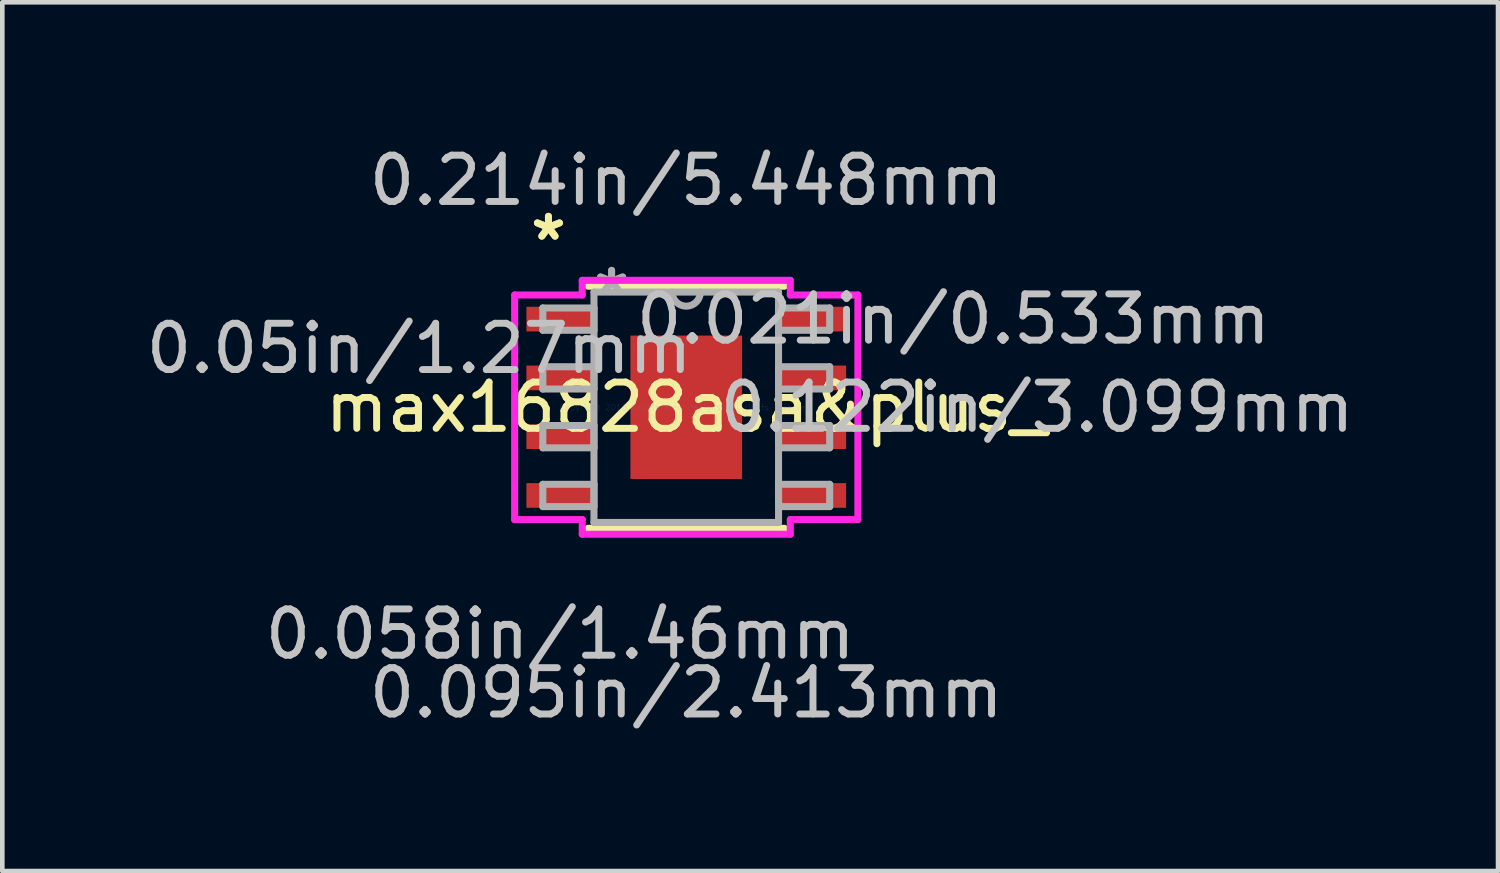
<source format=kicad_pcb>
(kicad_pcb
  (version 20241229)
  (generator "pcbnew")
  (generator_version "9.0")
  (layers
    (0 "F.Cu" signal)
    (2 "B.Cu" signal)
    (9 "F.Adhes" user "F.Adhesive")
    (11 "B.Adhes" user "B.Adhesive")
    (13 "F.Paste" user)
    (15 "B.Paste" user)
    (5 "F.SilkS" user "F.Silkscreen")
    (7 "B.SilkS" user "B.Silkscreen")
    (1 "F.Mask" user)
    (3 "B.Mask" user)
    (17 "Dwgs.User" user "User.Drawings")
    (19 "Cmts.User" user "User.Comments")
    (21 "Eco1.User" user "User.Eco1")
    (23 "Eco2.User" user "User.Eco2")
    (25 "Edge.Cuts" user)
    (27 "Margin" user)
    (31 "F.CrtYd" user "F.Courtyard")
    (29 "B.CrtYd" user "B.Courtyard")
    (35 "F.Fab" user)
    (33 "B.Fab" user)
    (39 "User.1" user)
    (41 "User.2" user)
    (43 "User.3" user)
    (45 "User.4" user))
  (footprint "max16828asa&plus_"
    (layer "F.Cu")
    (at 11.778 5.75)
    (property "Reference" "max16828asa&plus_" (at 0 0 0) (layer "F.SilkS") (effects (font (size 1 1) (thickness 0.15))))
    (attr through_hole)
    (fp_line (start -2.121 2.616) (end 2.121 2.616) (stroke (width 0.152) (type solid)) (layer "F.SilkS"))
    (fp_line (start 2.121 -2.616) (end -2.121 -2.616) (stroke (width 0.152) (type solid)) (layer "F.SilkS"))
    (fp_line (start -1.107 -1.449) (end -1.107 -0.1) (stroke (width 0.152) (type solid)) (layer "F.Paste"))
    (fp_line (start -1.107 -0.1) (end 1.107 -0.1) (stroke (width 0.152) (type solid)) (layer "F.Paste"))
    (fp_line (start -1.107 0.1) (end -1.107 1.449) (stroke (width 0.152) (type solid)) (layer "F.Paste"))
    (fp_line (start -1.107 1.449) (end 1.107 1.449) (stroke (width 0.152) (type solid)) (layer "F.Paste"))
    (fp_line (start 1.107 -1.449) (end -1.107 -1.449) (stroke (width 0.152) (type solid)) (layer "F.Paste"))
    (fp_line (start 1.107 -0.1) (end 1.107 -1.449) (stroke (width 0.152) (type solid)) (layer "F.Paste"))
    (fp_line (start 1.107 0.1) (end -1.107 0.1) (stroke (width 0.152) (type solid)) (layer "F.Paste"))
    (fp_line (start 1.107 1.449) (end 1.107 0.1) (stroke (width 0.152) (type solid)) (layer "F.Paste"))
    (fp_line (start -3.708 -2.426) (end -2.248 -2.426) (stroke (width 0.152) (type solid)) (layer "F.CrtYd"))
    (fp_line (start -3.708 2.426) (end -3.708 -2.426) (stroke (width 0.152) (type solid)) (layer "F.CrtYd"))
    (fp_line (start -2.248 -2.743) (end 2.248 -2.743) (stroke (width 0.152) (type solid)) (layer "F.CrtYd"))
    (fp_line (start -2.248 -2.426) (end -2.248 -2.743) (stroke (width 0.152) (type solid)) (layer "F.CrtYd"))
    (fp_line (start -2.248 2.426) (end -3.708 2.426) (stroke (width 0.152) (type solid)) (layer "F.CrtYd"))
    (fp_line (start -2.248 2.743) (end -2.248 2.426) (stroke (width 0.152) (type solid)) (layer "F.CrtYd"))
    (fp_line (start 2.248 -2.743) (end 2.248 -2.426) (stroke (width 0.152) (type solid)) (layer "F.CrtYd"))
    (fp_line (start 2.248 -2.426) (end 3.708 -2.426) (stroke (width 0.152) (type solid)) (layer "F.CrtYd"))
    (fp_line (start 2.248 2.426) (end 2.248 2.743) (stroke (width 0.152) (type solid)) (layer "F.CrtYd"))
    (fp_line (start 2.248 2.743) (end -2.248 2.743) (stroke (width 0.152) (type solid)) (layer "F.CrtYd"))
    (fp_line (start 3.708 -2.426) (end 3.708 2.426) (stroke (width 0.152) (type solid)) (layer "F.CrtYd"))
    (fp_line (start 3.708 2.426) (end 2.248 2.426) (stroke (width 0.152) (type solid)) (layer "F.CrtYd"))
    (fp_line (start -3.099 -2.146) (end -3.099 -1.664) (stroke (width 0.152) (type solid)) (layer "F.Fab"))
    (fp_line (start -3.099 -1.664) (end -1.994 -1.664) (stroke (width 0.152) (type solid)) (layer "F.Fab"))
    (fp_line (start -3.099 -0.876) (end -3.099 -0.394) (stroke (width 0.152) (type solid)) (layer "F.Fab"))
    (fp_line (start -3.099 -0.394) (end -1.994 -0.394) (stroke (width 0.152) (type solid)) (layer "F.Fab"))
    (fp_line (start -3.099 0.394) (end -3.099 0.876) (stroke (width 0.152) (type solid)) (layer "F.Fab"))
    (fp_line (start -3.099 0.876) (end -1.994 0.876) (stroke (width 0.152) (type solid)) (layer "F.Fab"))
    (fp_line (start -3.099 1.664) (end -3.099 2.146) (stroke (width 0.152) (type solid)) (layer "F.Fab"))
    (fp_line (start -3.099 2.146) (end -1.994 2.146) (stroke (width 0.152) (type solid)) (layer "F.Fab"))
    (fp_line (start -1.994 -2.489) (end -1.994 2.489) (stroke (width 0.152) (type solid)) (layer "F.Fab"))
    (fp_line (start -1.994 -2.146) (end -3.099 -2.146) (stroke (width 0.152) (type solid)) (layer "F.Fab"))
    (fp_line (start -1.994 -1.664) (end -1.994 -2.146) (stroke (width 0.152) (type solid)) (layer "F.Fab"))
    (fp_line (start -1.994 -0.876) (end -3.099 -0.876) (stroke (width 0.152) (type solid)) (layer "F.Fab"))
    (fp_line (start -1.994 -0.394) (end -1.994 -0.876) (stroke (width 0.152) (type solid)) (layer "F.Fab"))
    (fp_line (start -1.994 0.394) (end -3.099 0.394) (stroke (width 0.152) (type solid)) (layer "F.Fab"))
    (fp_line (start -1.994 0.876) (end -1.994 0.394) (stroke (width 0.152) (type solid)) (layer "F.Fab"))
    (fp_line (start -1.994 1.664) (end -3.099 1.664) (stroke (width 0.152) (type solid)) (layer "F.Fab"))
    (fp_line (start -1.994 2.146) (end -1.994 1.664) (stroke (width 0.152) (type solid)) (layer "F.Fab"))
    (fp_line (start -1.994 2.489) (end 1.994 2.489) (stroke (width 0.152) (type solid)) (layer "F.Fab"))
    (fp_line (start 1.994 -2.489) (end -1.994 -2.489) (stroke (width 0.152) (type solid)) (layer "F.Fab"))
    (fp_line (start 1.994 -2.146) (end 1.994 -1.664) (stroke (width 0.152) (type solid)) (layer "F.Fab"))
    (fp_line (start 1.994 -1.664) (end 3.099 -1.664) (stroke (width 0.152) (type solid)) (layer "F.Fab"))
    (fp_line (start 1.994 -0.876) (end 1.994 -0.394) (stroke (width 0.152) (type solid)) (layer "F.Fab"))
    (fp_line (start 1.994 -0.394) (end 3.099 -0.394) (stroke (width 0.152) (type solid)) (layer "F.Fab"))
    (fp_line (start 1.994 0.394) (end 1.994 0.876) (stroke (width 0.152) (type solid)) (layer "F.Fab"))
    (fp_line (start 1.994 0.876) (end 3.099 0.876) (stroke (width 0.152) (type solid)) (layer "F.Fab"))
    (fp_line (start 1.994 1.664) (end 1.994 2.146) (stroke (width 0.152) (type solid)) (layer "F.Fab"))
    (fp_line (start 1.994 2.146) (end 3.099 2.146) (stroke (width 0.152) (type solid)) (layer "F.Fab"))
    (fp_line (start 1.994 2.489) (end 1.994 -2.489) (stroke (width 0.152) (type solid)) (layer "F.Fab"))
    (fp_line (start 3.099 -2.146) (end 1.994 -2.146) (stroke (width 0.152) (type solid)) (layer "F.Fab"))
    (fp_line (start 3.099 -1.664) (end 3.099 -2.146) (stroke (width 0.152) (type solid)) (layer "F.Fab"))
    (fp_line (start 3.099 -0.876) (end 1.994 -0.876) (stroke (width 0.152) (type solid)) (layer "F.Fab"))
    (fp_line (start 3.099 -0.394) (end 3.099 -0.876) (stroke (width 0.152) (type solid)) (layer "F.Fab"))
    (fp_line (start 3.099 0.394) (end 1.994 0.394) (stroke (width 0.152) (type solid)) (layer "F.Fab"))
    (fp_line (start 3.099 0.876) (end 3.099 0.394) (stroke (width 0.152) (type solid)) (layer "F.Fab"))
    (fp_line (start 3.099 1.664) (end 1.994 1.664) (stroke (width 0.152) (type solid)) (layer "F.Fab"))
    (fp_line (start 3.099 2.146) (end 3.099 1.664) (stroke (width 0.152) (type solid)) (layer "F.Fab"))
    (fp_arc (start 0.3048 -2.4892) (mid 0 -2.1844) (end -0.3048 -2.4892) (stroke (width 0.1524) (type solid)) (layer "F.Fab"))
    (fp_text user "*" (at -2.978 -3.581 0) (layer "F.SilkS") (effects (font (size 1 1) (thickness 0.15))))
    (fp_text user "*" (at -2.978 -3.581 0) (layer "F.SilkS") (effects (font (size 1 1) (thickness 0.15))))
    (fp_text user "0.214in/5.448mm" (at 0 -4.902 0) (layer "Dwgs.User") (effects (font (size 1 1) (thickness 0.15))))
    (fp_text user "0.058in/1.46mm" (at -2.724 4.902 0) (layer "Dwgs.User") (effects (font (size 1 1) (thickness 0.15))))
    (fp_text user "0.021in/0.533mm" (at 5.772 -1.905 0) (layer "Dwgs.User") (effects (font (size 1 1) (thickness 0.15))))
    (fp_text user "0.122in/3.099mm" (at 7.582 0 0) (layer "Dwgs.User") (effects (font (size 1 1) (thickness 0.15))))
    (fp_text user "0.095in/2.413mm" (at 0 6.172 0) (layer "Dwgs.User") (effects (font (size 1 1) (thickness 0.15))))
    (fp_text user "0.05in/1.27mm" (at -5.772 -1.27 0) (layer "Dwgs.User") (effects (font (size 1 1) (thickness 0.15))))
    (fp_text user "Copyright 2016 Accelerated Designs. All rights reserved." (at 0 0 0) (layer "Cmts.User") (effects (font (size 0.127 0.127) (thickness 0.002))))
    (fp_text user "*" (at -1.613 -2.413 0) (layer "F.Fab") (effects (font (size 1 1) (thickness 0.15))))
    (fp_text user "*" (at -1.613 -2.413 0) (layer "F.Fab") (effects (font (size 1 1) (thickness 0.15))))
    (pad "1" smd rect (at -2.724 -1.905) (size 1.46 0.533) (layers "F.Cu" "F.Mask" "F.Paste"))
    (pad "2" smd rect (at -2.724 -0.635) (size 1.46 0.533) (layers "F.Cu" "F.Mask" "F.Paste"))
    (pad "3" smd rect (at -2.724 0.635) (size 1.46 0.533) (layers "F.Cu" "F.Mask" "F.Paste"))
    (pad "4" smd rect (at -2.724 1.905) (size 1.46 0.533) (layers "F.Cu" "F.Mask" "F.Paste"))
    (pad "5" smd rect (at 2.724 1.905) (size 1.46 0.533) (layers "F.Cu" "F.Mask" "F.Paste"))
    (pad "6" smd rect (at 2.724 0.635) (size 1.46 0.533) (layers "F.Cu" "F.Mask" "F.Paste"))
    (pad "7" smd rect (at 2.724 -0.635) (size 1.46 0.533) (layers "F.Cu" "F.Mask" "F.Paste"))
    (pad "8" smd rect (at 2.724 -1.905) (size 1.46 0.533) (layers "F.Cu" "F.Mask" "F.Paste"))
    (pad "EPAD" smd rect (at 0 0) (size 2.413 3.099) (layers "F.Cu" "F.Mask" "F.Paste")))
  (gr_rect
    (start -3 -3)
    (end 29.318 15.771)
    (stroke (width 0.1) (type default))
    (fill no)
    (layer "Edge.Cuts")))
</source>
